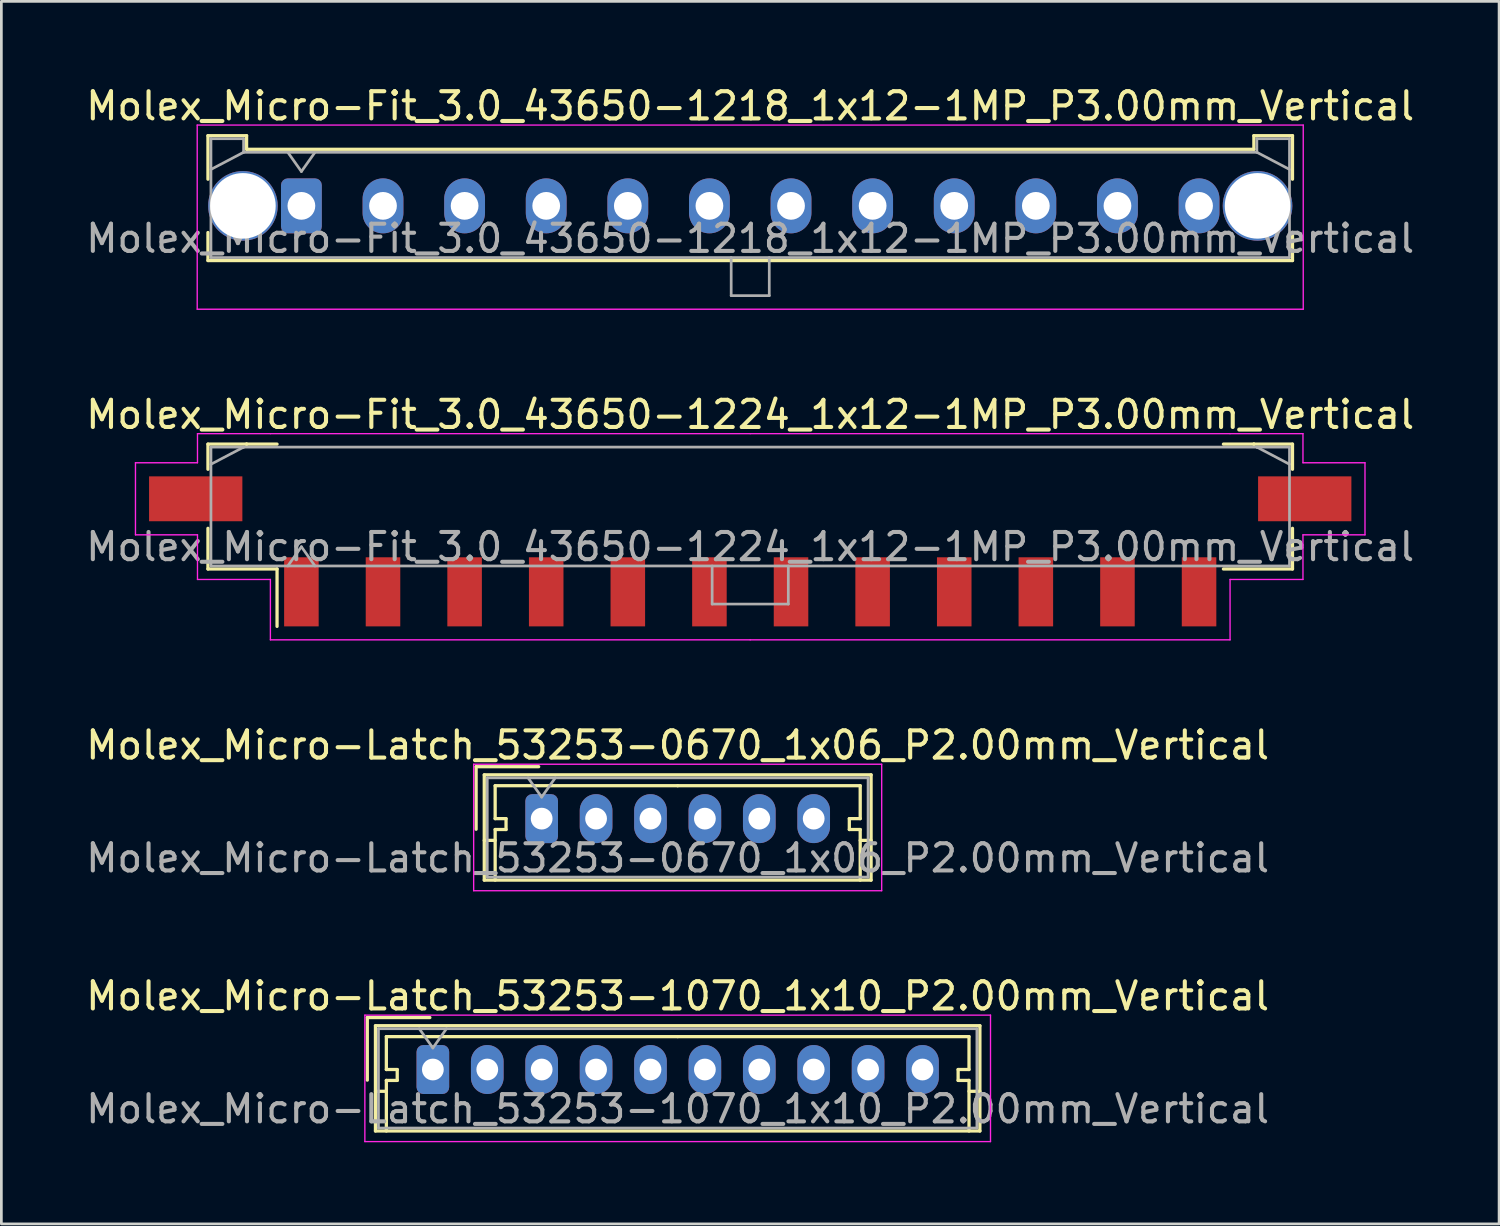
<source format=kicad_pcb>
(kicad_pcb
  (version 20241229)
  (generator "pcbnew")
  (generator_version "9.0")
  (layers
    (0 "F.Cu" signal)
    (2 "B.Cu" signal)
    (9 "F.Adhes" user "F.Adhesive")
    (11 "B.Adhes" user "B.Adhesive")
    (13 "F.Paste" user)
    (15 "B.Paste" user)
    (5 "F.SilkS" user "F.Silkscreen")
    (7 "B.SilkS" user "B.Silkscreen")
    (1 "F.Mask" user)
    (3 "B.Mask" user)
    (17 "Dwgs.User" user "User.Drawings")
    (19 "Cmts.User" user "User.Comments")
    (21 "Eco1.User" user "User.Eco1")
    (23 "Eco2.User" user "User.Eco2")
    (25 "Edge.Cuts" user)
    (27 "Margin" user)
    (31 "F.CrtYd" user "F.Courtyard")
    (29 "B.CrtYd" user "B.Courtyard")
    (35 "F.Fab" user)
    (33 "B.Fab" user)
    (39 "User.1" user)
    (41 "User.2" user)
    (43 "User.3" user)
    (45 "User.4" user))
  (footprint "Molex_Micro-Latch_53253-1070_1x10_P2.00mm_Vertical"
    (layer "F.Cu")
    (at 12.863 36.268)
    (property "Reference" "Molex_Micro-Latch_53253-1070_1x10_P2.00mm_Vertical" (at 9 -2.7 0) (layer "F.SilkS") (effects (font (size 1 1) (thickness 0.15))))
    (attr through_hole)
    (fp_line (start -2.41 -1.91) (end -2.41 0.39) (stroke (width 0.12) (type solid)) (layer "F.SilkS"))
    (fp_line (start -2.11 -1.61) (end -2.11 2.26) (stroke (width 0.12) (type solid)) (layer "F.SilkS"))
    (fp_line (start -2.11 0.8) (end -1.71 0.8) (stroke (width 0.12) (type solid)) (layer "F.SilkS"))
    (fp_line (start -2.11 2.26) (end 20.11 2.26) (stroke (width 0.12) (type solid)) (layer "F.SilkS"))
    (fp_line (start -1.71 -1.21) (end -1.71 0) (stroke (width 0.12) (type solid)) (layer "F.SilkS"))
    (fp_line (start -1.71 0) (end -1.31 0) (stroke (width 0.12) (type solid)) (layer "F.SilkS"))
    (fp_line (start -1.71 0.4) (end -1.71 2.26) (stroke (width 0.12) (type solid)) (layer "F.SilkS"))
    (fp_line (start -1.31 0) (end -1.31 0.4) (stroke (width 0.12) (type solid)) (layer "F.SilkS"))
    (fp_line (start -1.31 0.4) (end -1.71 0.4) (stroke (width 0.12) (type solid)) (layer "F.SilkS"))
    (fp_line (start -0.11 -1.91) (end -2.41 -1.91) (stroke (width 0.12) (type solid)) (layer "F.SilkS"))
    (fp_line (start 9 -1.21) (end -1.71 -1.21) (stroke (width 0.12) (type solid)) (layer "F.SilkS"))
    (fp_line (start 9 -1.21) (end 19.71 -1.21) (stroke (width 0.12) (type solid)) (layer "F.SilkS"))
    (fp_line (start 19.31 0) (end 19.31 0.4) (stroke (width 0.12) (type solid)) (layer "F.SilkS"))
    (fp_line (start 19.31 0.4) (end 19.71 0.4) (stroke (width 0.12) (type solid)) (layer "F.SilkS"))
    (fp_line (start 19.71 -1.21) (end 19.71 0) (stroke (width 0.12) (type solid)) (layer "F.SilkS"))
    (fp_line (start 19.71 0) (end 19.31 0) (stroke (width 0.12) (type solid)) (layer "F.SilkS"))
    (fp_line (start 19.71 0.4) (end 19.71 2.26) (stroke (width 0.12) (type solid)) (layer "F.SilkS"))
    (fp_line (start 20.11 -1.61) (end -2.11 -1.61) (stroke (width 0.12) (type solid)) (layer "F.SilkS"))
    (fp_line (start 20.11 0.8) (end 19.71 0.8) (stroke (width 0.12) (type solid)) (layer "F.SilkS"))
    (fp_line (start 20.11 2.26) (end 20.11 -1.61) (stroke (width 0.12) (type solid)) (layer "F.SilkS"))
    (fp_line (start -2.5 -2) (end -2.5 2.65) (stroke (width 0.05) (type solid)) (layer "F.CrtYd"))
    (fp_line (start -2.5 2.65) (end 20.5 2.65) (stroke (width 0.05) (type solid)) (layer "F.CrtYd"))
    (fp_line (start 20.5 -2) (end -2.5 -2) (stroke (width 0.05) (type solid)) (layer "F.CrtYd"))
    (fp_line (start 20.5 2.65) (end 20.5 -2) (stroke (width 0.05) (type solid)) (layer "F.CrtYd"))
    (fp_line (start -2 -1.5) (end -2 2.15) (stroke (width 0.1) (type solid)) (layer "F.Fab"))
    (fp_line (start -2 2.15) (end 20 2.15) (stroke (width 0.1) (type solid)) (layer "F.Fab"))
    (fp_line (start -0.5 -1.5) (end 0 -0.793) (stroke (width 0.1) (type solid)) (layer "F.Fab"))
    (fp_line (start 0 -0.793) (end 0.5 -1.5) (stroke (width 0.1) (type solid)) (layer "F.Fab"))
    (fp_line (start 20 -1.5) (end -2 -1.5) (stroke (width 0.1) (type solid)) (layer "F.Fab"))
    (fp_line (start 20 2.15) (end 20 -1.5) (stroke (width 0.1) (type solid)) (layer "F.Fab"))
    (fp_text user "${REFERENCE}" (at 9 1.45 0) (layer "F.Fab") (effects (font (size 1 1) (thickness 0.15))))
    (pad "1" thru_hole roundrect (at 0 0) (size 1.2 1.8) (drill 0.8) (layers "*.Cu" "*.Mask") (roundrect_rratio 0.208))
    (pad "2" thru_hole oval (at 2 0) (size 1.2 1.8) (drill 0.8) (layers "*.Cu" "*.Mask"))
    (pad "3" thru_hole oval (at 4 0) (size 1.2 1.8) (drill 0.8) (layers "*.Cu" "*.Mask"))
    (pad "4" thru_hole oval (at 6 0) (size 1.2 1.8) (drill 0.8) (layers "*.Cu" "*.Mask"))
    (pad "5" thru_hole oval (at 8 0) (size 1.2 1.8) (drill 0.8) (layers "*.Cu" "*.Mask"))
    (pad "6" thru_hole oval (at 10 0) (size 1.2 1.8) (drill 0.8) (layers "*.Cu" "*.Mask"))
    (pad "7" thru_hole oval (at 12 0) (size 1.2 1.8) (drill 0.8) (layers "*.Cu" "*.Mask"))
    (pad "8" thru_hole oval (at 14 0) (size 1.2 1.8) (drill 0.8) (layers "*.Cu" "*.Mask"))
    (pad "9" thru_hole oval (at 16 0) (size 1.2 1.8) (drill 0.8) (layers "*.Cu" "*.Mask"))
    (pad "10" thru_hole oval (at 18 0) (size 1.2 1.8) (drill 0.8) (layers "*.Cu" "*.Mask")))
  (footprint "Molex_Micro-Latch_53253-0670_1x06_P2.00mm_Vertical"
    (layer "F.Cu")
    (at 16.863 27.045)
    (property "Reference" "Molex_Micro-Latch_53253-0670_1x06_P2.00mm_Vertical" (at 5 -2.7 0) (layer "F.SilkS") (effects (font (size 1 1) (thickness 0.15))))
    (attr through_hole)
    (fp_line (start -2.41 -1.91) (end -2.41 0.39) (stroke (width 0.12) (type solid)) (layer "F.SilkS"))
    (fp_line (start -2.11 -1.61) (end -2.11 2.26) (stroke (width 0.12) (type solid)) (layer "F.SilkS"))
    (fp_line (start -2.11 0.8) (end -1.71 0.8) (stroke (width 0.12) (type solid)) (layer "F.SilkS"))
    (fp_line (start -2.11 2.26) (end 12.11 2.26) (stroke (width 0.12) (type solid)) (layer "F.SilkS"))
    (fp_line (start -1.71 -1.21) (end -1.71 0) (stroke (width 0.12) (type solid)) (layer "F.SilkS"))
    (fp_line (start -1.71 0) (end -1.31 0) (stroke (width 0.12) (type solid)) (layer "F.SilkS"))
    (fp_line (start -1.71 0.4) (end -1.71 2.26) (stroke (width 0.12) (type solid)) (layer "F.SilkS"))
    (fp_line (start -1.31 0) (end -1.31 0.4) (stroke (width 0.12) (type solid)) (layer "F.SilkS"))
    (fp_line (start -1.31 0.4) (end -1.71 0.4) (stroke (width 0.12) (type solid)) (layer "F.SilkS"))
    (fp_line (start -0.11 -1.91) (end -2.41 -1.91) (stroke (width 0.12) (type solid)) (layer "F.SilkS"))
    (fp_line (start 5 -1.21) (end -1.71 -1.21) (stroke (width 0.12) (type solid)) (layer "F.SilkS"))
    (fp_line (start 5 -1.21) (end 11.71 -1.21) (stroke (width 0.12) (type solid)) (layer "F.SilkS"))
    (fp_line (start 11.31 0) (end 11.31 0.4) (stroke (width 0.12) (type solid)) (layer "F.SilkS"))
    (fp_line (start 11.31 0.4) (end 11.71 0.4) (stroke (width 0.12) (type solid)) (layer "F.SilkS"))
    (fp_line (start 11.71 -1.21) (end 11.71 0) (stroke (width 0.12) (type solid)) (layer "F.SilkS"))
    (fp_line (start 11.71 0) (end 11.31 0) (stroke (width 0.12) (type solid)) (layer "F.SilkS"))
    (fp_line (start 11.71 0.4) (end 11.71 2.26) (stroke (width 0.12) (type solid)) (layer "F.SilkS"))
    (fp_line (start 12.11 -1.61) (end -2.11 -1.61) (stroke (width 0.12) (type solid)) (layer "F.SilkS"))
    (fp_line (start 12.11 0.8) (end 11.71 0.8) (stroke (width 0.12) (type solid)) (layer "F.SilkS"))
    (fp_line (start 12.11 2.26) (end 12.11 -1.61) (stroke (width 0.12) (type solid)) (layer "F.SilkS"))
    (fp_line (start -2.5 -2) (end -2.5 2.65) (stroke (width 0.05) (type solid)) (layer "F.CrtYd"))
    (fp_line (start -2.5 2.65) (end 12.5 2.65) (stroke (width 0.05) (type solid)) (layer "F.CrtYd"))
    (fp_line (start 12.5 -2) (end -2.5 -2) (stroke (width 0.05) (type solid)) (layer "F.CrtYd"))
    (fp_line (start 12.5 2.65) (end 12.5 -2) (stroke (width 0.05) (type solid)) (layer "F.CrtYd"))
    (fp_line (start -2 -1.5) (end -2 2.15) (stroke (width 0.1) (type solid)) (layer "F.Fab"))
    (fp_line (start -2 2.15) (end 12 2.15) (stroke (width 0.1) (type solid)) (layer "F.Fab"))
    (fp_line (start -0.5 -1.5) (end 0 -0.793) (stroke (width 0.1) (type solid)) (layer "F.Fab"))
    (fp_line (start 0 -0.793) (end 0.5 -1.5) (stroke (width 0.1) (type solid)) (layer "F.Fab"))
    (fp_line (start 12 -1.5) (end -2 -1.5) (stroke (width 0.1) (type solid)) (layer "F.Fab"))
    (fp_line (start 12 2.15) (end 12 -1.5) (stroke (width 0.1) (type solid)) (layer "F.Fab"))
    (fp_text user "${REFERENCE}" (at 5 1.45 0) (layer "F.Fab") (effects (font (size 1 1) (thickness 0.15))))
    (pad "1" thru_hole roundrect (at 0 0) (size 1.2 1.8) (drill 0.8) (layers "*.Cu" "*.Mask") (roundrect_rratio 0.208))
    (pad "2" thru_hole oval (at 2 0) (size 1.2 1.8) (drill 0.8) (layers "*.Cu" "*.Mask"))
    (pad "3" thru_hole oval (at 4 0) (size 1.2 1.8) (drill 0.8) (layers "*.Cu" "*.Mask"))
    (pad "4" thru_hole oval (at 6 0) (size 1.2 1.8) (drill 0.8) (layers "*.Cu" "*.Mask"))
    (pad "5" thru_hole oval (at 8 0) (size 1.2 1.8) (drill 0.8) (layers "*.Cu" "*.Mask"))
    (pad "6" thru_hole oval (at 10 0) (size 1.2 1.8) (drill 0.8) (layers "*.Cu" "*.Mask")))
  (footprint "Molex_Micro-Fit_3.0_43650-1224_1x12-1MP_P3.00mm_Vertical"
    (layer "F.Cu")
    (at 24.53 15.572)
    (property "Reference" "Molex_Micro-Fit_3.0_43650-1224_1x12-1MP_P3.00mm_Vertical" (at 0 -3.38 0) (layer "F.SilkS") (effects (font (size 1 1) (thickness 0.15))))
    (attr smd)
    (fp_line (start -19.935 -2.295) (end -18.515 -2.295) (stroke (width 0.12) (type solid)) (layer "F.SilkS"))
    (fp_line (start -19.935 -1.37) (end -19.935 -2.295) (stroke (width 0.12) (type solid)) (layer "F.SilkS"))
    (fp_line (start -19.935 0.8) (end -19.935 2.295) (stroke (width 0.12) (type solid)) (layer "F.SilkS"))
    (fp_line (start -19.935 2.295) (end -17.395 2.295) (stroke (width 0.12) (type solid)) (layer "F.SilkS"))
    (fp_line (start -18.515 -2.295) (end -18.515 -2.295) (stroke (width 0.12) (type solid)) (layer "F.SilkS"))
    (fp_line (start -18.515 -2.295) (end -17.395 -2.295) (stroke (width 0.12) (type solid)) (layer "F.SilkS"))
    (fp_line (start -17.395 2.295) (end -17.395 4.405) (stroke (width 0.12) (type solid)) (layer "F.SilkS"))
    (fp_line (start 18.515 -2.295) (end 17.395 -2.295) (stroke (width 0.12) (type solid)) (layer "F.SilkS"))
    (fp_line (start 18.515 -2.295) (end 18.515 -2.295) (stroke (width 0.12) (type solid)) (layer "F.SilkS"))
    (fp_line (start 19.935 -2.295) (end 18.515 -2.295) (stroke (width 0.12) (type solid)) (layer "F.SilkS"))
    (fp_line (start 19.935 -1.37) (end 19.935 -2.295) (stroke (width 0.12) (type solid)) (layer "F.SilkS"))
    (fp_line (start 19.935 0.8) (end 19.935 2.295) (stroke (width 0.12) (type solid)) (layer "F.SilkS"))
    (fp_line (start 19.935 2.295) (end 17.395 2.295) (stroke (width 0.12) (type solid)) (layer "F.SilkS"))
    (fp_line (start -22.6 -1.61) (end -22.6 1.04) (stroke (width 0.05) (type solid)) (layer "F.CrtYd"))
    (fp_line (start -22.6 1.04) (end -20.32 1.04) (stroke (width 0.05) (type solid)) (layer "F.CrtYd"))
    (fp_line (start -20.32 -2.68) (end -20.32 -1.61) (stroke (width 0.05) (type solid)) (layer "F.CrtYd"))
    (fp_line (start -20.32 -1.61) (end -22.6 -1.61) (stroke (width 0.05) (type solid)) (layer "F.CrtYd"))
    (fp_line (start -20.32 1.04) (end -20.32 2.68) (stroke (width 0.05) (type solid)) (layer "F.CrtYd"))
    (fp_line (start -20.32 2.68) (end -17.64 2.68) (stroke (width 0.05) (type solid)) (layer "F.CrtYd"))
    (fp_line (start -17.64 -2.68) (end -20.32 -2.68) (stroke (width 0.05) (type solid)) (layer "F.CrtYd"))
    (fp_line (start -17.64 2.68) (end -17.64 4.9) (stroke (width 0.05) (type solid)) (layer "F.CrtYd"))
    (fp_line (start -17.64 4.9) (end 0 4.9) (stroke (width 0.05) (type solid)) (layer "F.CrtYd"))
    (fp_line (start 0 -2.68) (end -17.64 -2.68) (stroke (width 0.05) (type solid)) (layer "F.CrtYd"))
    (fp_line (start 0 -2.68) (end 17.64 -2.68) (stroke (width 0.05) (type solid)) (layer "F.CrtYd"))
    (fp_line (start 17.64 -2.68) (end 20.32 -2.68) (stroke (width 0.05) (type solid)) (layer "F.CrtYd"))
    (fp_line (start 17.64 2.68) (end 17.64 4.9) (stroke (width 0.05) (type solid)) (layer "F.CrtYd"))
    (fp_line (start 17.64 4.9) (end 0 4.9) (stroke (width 0.05) (type solid)) (layer "F.CrtYd"))
    (fp_line (start 20.32 -2.68) (end 20.32 -1.61) (stroke (width 0.05) (type solid)) (layer "F.CrtYd"))
    (fp_line (start 20.32 -1.61) (end 22.6 -1.61) (stroke (width 0.05) (type solid)) (layer "F.CrtYd"))
    (fp_line (start 20.32 1.04) (end 20.32 2.68) (stroke (width 0.05) (type solid)) (layer "F.CrtYd"))
    (fp_line (start 20.32 2.68) (end 17.64 2.68) (stroke (width 0.05) (type solid)) (layer "F.CrtYd"))
    (fp_line (start 22.6 -1.61) (end 22.6 1.04) (stroke (width 0.05) (type solid)) (layer "F.CrtYd"))
    (fp_line (start 22.6 1.04) (end 20.32 1.04) (stroke (width 0.05) (type solid)) (layer "F.CrtYd"))
    (fp_line (start -19.825 -2.185) (end -19.825 2.185) (stroke (width 0.1) (type solid)) (layer "F.Fab"))
    (fp_line (start -19.825 -1.555) (end -18.625 -2.185) (stroke (width 0.1) (type solid)) (layer "F.Fab"))
    (fp_line (start -19.825 2.185) (end 19.825 2.185) (stroke (width 0.1) (type solid)) (layer "F.Fab"))
    (fp_line (start -18.625 -2.185) (end -19.825 -2.185) (stroke (width 0.1) (type solid)) (layer "F.Fab"))
    (fp_line (start -18.625 -2.185) (end -18.625 -2.185) (stroke (width 0.1) (type solid)) (layer "F.Fab"))
    (fp_line (start -17 2.185) (end -16.5 1.478) (stroke (width 0.1) (type solid)) (layer "F.Fab"))
    (fp_line (start -16.5 1.478) (end -16 2.185) (stroke (width 0.1) (type solid)) (layer "F.Fab"))
    (fp_line (start -1.4 2.185) (end -1.4 3.585) (stroke (width 0.1) (type solid)) (layer "F.Fab"))
    (fp_line (start -1.4 3.585) (end 1.4 3.585) (stroke (width 0.1) (type solid)) (layer "F.Fab"))
    (fp_line (start 1.4 3.585) (end 1.4 2.185) (stroke (width 0.1) (type solid)) (layer "F.Fab"))
    (fp_line (start 18.625 -2.185) (end -18.625 -2.185) (stroke (width 0.1) (type solid)) (layer "F.Fab"))
    (fp_line (start 18.625 -2.185) (end 18.625 -2.185) (stroke (width 0.1) (type solid)) (layer "F.Fab"))
    (fp_line (start 19.825 -2.185) (end 18.625 -2.185) (stroke (width 0.1) (type solid)) (layer "F.Fab"))
    (fp_line (start 19.825 -1.555) (end 18.625 -2.185) (stroke (width 0.1) (type solid)) (layer "F.Fab"))
    (fp_line (start 19.825 2.185) (end 19.825 -2.185) (stroke (width 0.1) (type solid)) (layer "F.Fab"))
    (fp_text user "${REFERENCE}" (at 0 1.48 0) (layer "F.Fab") (effects (font (size 1 1) (thickness 0.15))))
    (pad "1" smd rect (at -16.5 3.135) (size 1.27 2.54) (layers "F.Cu" "F.Mask" "F.Paste"))
    (pad "2" smd rect (at -13.5 3.135) (size 1.27 2.54) (layers "F.Cu" "F.Mask" "F.Paste"))
    (pad "3" smd rect (at -10.5 3.135) (size 1.27 2.54) (layers "F.Cu" "F.Mask" "F.Paste"))
    (pad "4" smd rect (at -7.5 3.135) (size 1.27 2.54) (layers "F.Cu" "F.Mask" "F.Paste"))
    (pad "5" smd rect (at -4.5 3.135) (size 1.27 2.54) (layers "F.Cu" "F.Mask" "F.Paste"))
    (pad "6" smd rect (at -1.5 3.135) (size 1.27 2.54) (layers "F.Cu" "F.Mask" "F.Paste"))
    (pad "7" smd rect (at 1.5 3.135) (size 1.27 2.54) (layers "F.Cu" "F.Mask" "F.Paste"))
    (pad "8" smd rect (at 4.5 3.135) (size 1.27 2.54) (layers "F.Cu" "F.Mask" "F.Paste"))
    (pad "9" smd rect (at 7.5 3.135) (size 1.27 2.54) (layers "F.Cu" "F.Mask" "F.Paste"))
    (pad "10" smd rect (at 10.5 3.135) (size 1.27 2.54) (layers "F.Cu" "F.Mask" "F.Paste"))
    (pad "11" smd rect (at 13.5 3.135) (size 1.27 2.54) (layers "F.Cu" "F.Mask" "F.Paste"))
    (pad "12" smd rect (at 16.5 3.135) (size 1.27 2.54) (layers "F.Cu" "F.Mask" "F.Paste"))
    (pad "MP" smd rect (at -20.385 -0.285) (size 3.43 1.65) (layers "F.Cu" "F.Mask" "F.Paste"))
    (pad "MP" smd rect (at 20.385 -0.285) (size 3.43 1.65) (layers "F.Cu" "F.Mask" "F.Paste")))
  (footprint "Molex_Micro-Fit_3.0_43650-1218_1x12-1MP_P3.00mm_Vertical"
    (layer "F.Cu")
    (at 8.03 4.518)
    (property "Reference" "Molex_Micro-Fit_3.0_43650-1218_1x12-1MP_P3.00mm_Vertical" (at 16.5 -3.67 0) (layer "F.SilkS") (effects (font (size 1 1) (thickness 0.15))))
    (fp_line (start -3.435 -2.58) (end -2.015 -2.58) (stroke (width 0.12) (type solid)) (layer "F.SilkS"))
    (fp_line (start -3.435 -0.98) (end -3.435 -2.58) (stroke (width 0.12) (type solid)) (layer "F.SilkS"))
    (fp_line (start -3.435 0.98) (end -3.435 2.01) (stroke (width 0.12) (type solid)) (layer "F.SilkS"))
    (fp_line (start -3.435 2.01) (end 36.435 2.01) (stroke (width 0.12) (type solid)) (layer "F.SilkS"))
    (fp_line (start -2.015 -2.58) (end -2.015 -2.08) (stroke (width 0.12) (type solid)) (layer "F.SilkS"))
    (fp_line (start -2.015 -2.08) (end 35.015 -2.08) (stroke (width 0.12) (type solid)) (layer "F.SilkS"))
    (fp_line (start 35.015 -2.58) (end 36.435 -2.58) (stroke (width 0.12) (type solid)) (layer "F.SilkS"))
    (fp_line (start 35.015 -2.08) (end 35.015 -2.58) (stroke (width 0.12) (type solid)) (layer "F.SilkS"))
    (fp_line (start 36.435 -2.58) (end 36.435 -0.98) (stroke (width 0.12) (type solid)) (layer "F.SilkS"))
    (fp_line (start 36.435 2.01) (end 36.435 0.98) (stroke (width 0.12) (type solid)) (layer "F.SilkS"))
    (fp_line (start -3.83 -2.97) (end 36.83 -2.97) (stroke (width 0.05) (type solid)) (layer "F.CrtYd"))
    (fp_line (start -3.83 3.8) (end -3.83 -2.97) (stroke (width 0.05) (type solid)) (layer "F.CrtYd"))
    (fp_line (start 36.83 -2.97) (end 36.83 3.8) (stroke (width 0.05) (type solid)) (layer "F.CrtYd"))
    (fp_line (start 36.83 3.8) (end -3.83 3.8) (stroke (width 0.05) (type solid)) (layer "F.CrtYd"))
    (fp_line (start -3.325 -2.47) (end -3.325 1.9) (stroke (width 0.1) (type solid)) (layer "F.Fab"))
    (fp_line (start -3.325 -1.34) (end -2.125 -1.97) (stroke (width 0.1) (type solid)) (layer "F.Fab"))
    (fp_line (start -3.325 1.9) (end 36.325 1.9) (stroke (width 0.1) (type solid)) (layer "F.Fab"))
    (fp_line (start -2.125 -2.47) (end -3.325 -2.47) (stroke (width 0.1) (type solid)) (layer "F.Fab"))
    (fp_line (start -2.125 -1.97) (end -2.125 -2.47) (stroke (width 0.1) (type solid)) (layer "F.Fab"))
    (fp_line (start -0.5 -1.97) (end 0 -1.263) (stroke (width 0.1) (type solid)) (layer "F.Fab"))
    (fp_line (start 0 -1.263) (end 0.5 -1.97) (stroke (width 0.1) (type solid)) (layer "F.Fab"))
    (fp_line (start 15.8 1.9) (end 15.8 3.3) (stroke (width 0.1) (type solid)) (layer "F.Fab"))
    (fp_line (start 15.8 3.3) (end 17.2 3.3) (stroke (width 0.1) (type solid)) (layer "F.Fab"))
    (fp_line (start 17.2 3.3) (end 17.2 1.9) (stroke (width 0.1) (type solid)) (layer "F.Fab"))
    (fp_line (start 35.125 -2.47) (end 35.125 -1.97) (stroke (width 0.1) (type solid)) (layer "F.Fab"))
    (fp_line (start 35.125 -1.97) (end -2.125 -1.97) (stroke (width 0.1) (type solid)) (layer "F.Fab"))
    (fp_line (start 36.325 -2.47) (end 35.125 -2.47) (stroke (width 0.1) (type solid)) (layer "F.Fab"))
    (fp_line (start 36.325 -1.34) (end 35.125 -1.97) (stroke (width 0.1) (type solid)) (layer "F.Fab"))
    (fp_line (start 36.325 1.9) (end 36.325 -2.47) (stroke (width 0.1) (type solid)) (layer "F.Fab"))
    (fp_text user "${REFERENCE}" (at 16.5 1.2 0) (layer "F.Fab") (effects (font (size 1 1) (thickness 0.15))))
    (pad "1" thru_hole roundrect (at 0 0) (size 1.5 2.02) (drill 1.02) (layers "*.Cu" "*.Mask") (roundrect_rratio 0.167))
    (pad "2" thru_hole oval (at 3 0) (size 1.5 2.02) (drill 1.02) (layers "*.Cu" "*.Mask"))
    (pad "3" thru_hole oval (at 6 0) (size 1.5 2.02) (drill 1.02) (layers "*.Cu" "*.Mask"))
    (pad "4" thru_hole oval (at 9 0) (size 1.5 2.02) (drill 1.02) (layers "*.Cu" "*.Mask"))
    (pad "5" thru_hole oval (at 12 0) (size 1.5 2.02) (drill 1.02) (layers "*.Cu" "*.Mask"))
    (pad "6" thru_hole oval (at 15 0) (size 1.5 2.02) (drill 1.02) (layers "*.Cu" "*.Mask"))
    (pad "7" thru_hole oval (at 18 0) (size 1.5 2.02) (drill 1.02) (layers "*.Cu" "*.Mask"))
    (pad "8" thru_hole oval (at 21 0) (size 1.5 2.02) (drill 1.02) (layers "*.Cu" "*.Mask"))
    (pad "9" thru_hole oval (at 24 0) (size 1.5 2.02) (drill 1.02) (layers "*.Cu" "*.Mask"))
    (pad "10" thru_hole oval (at 27 0) (size 1.5 2.02) (drill 1.02) (layers "*.Cu" "*.Mask"))
    (pad "11" thru_hole oval (at 30 0) (size 1.5 2.02) (drill 1.02) (layers "*.Cu" "*.Mask"))
    (pad "12" thru_hole oval (at 33 0) (size 1.5 2.02) (drill 1.02) (layers "*.Cu" "*.Mask"))
    (pad "MP" thru_hole circle (at -2.15 0) (size 2.56 2.56) (drill 2.41) (layers "*.Cu" "*.Mask"))
    (pad "MP" thru_hole circle (at 35.15 0) (size 2.56 2.56) (drill 2.41) (layers "*.Cu" "*.Mask")))
  (gr_rect
    (start -3 -3)
    (end 52.06 41.943)
    (stroke (width 0.1) (type default))
    (fill no)
    (layer "Edge.Cuts")))
</source>
